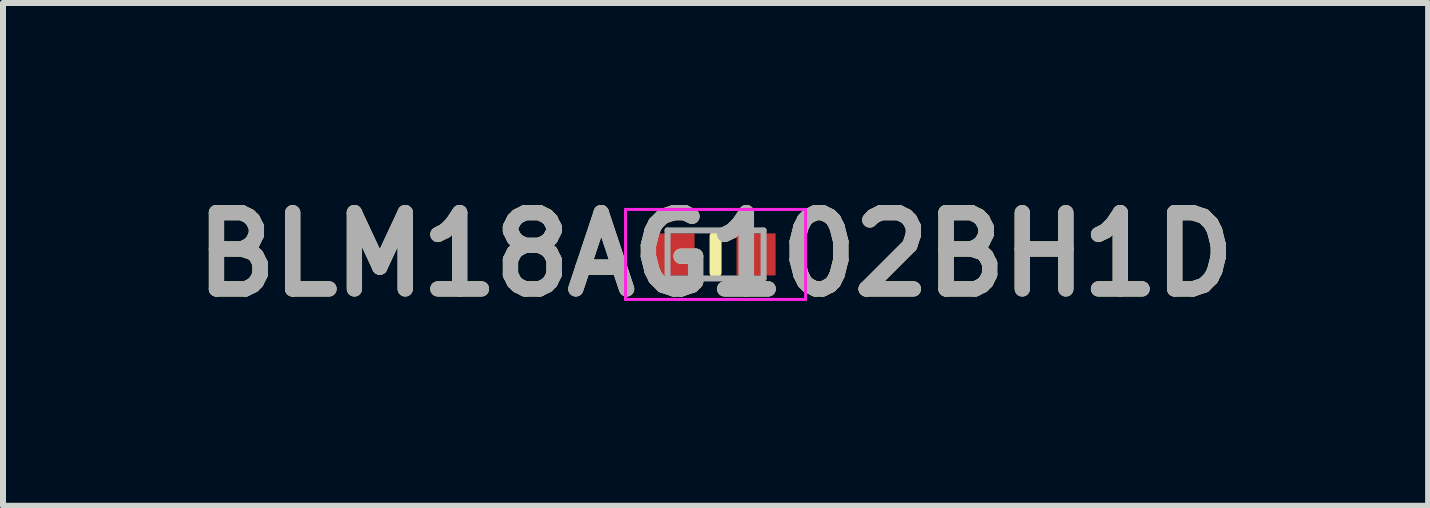
<source format=kicad_pcb>
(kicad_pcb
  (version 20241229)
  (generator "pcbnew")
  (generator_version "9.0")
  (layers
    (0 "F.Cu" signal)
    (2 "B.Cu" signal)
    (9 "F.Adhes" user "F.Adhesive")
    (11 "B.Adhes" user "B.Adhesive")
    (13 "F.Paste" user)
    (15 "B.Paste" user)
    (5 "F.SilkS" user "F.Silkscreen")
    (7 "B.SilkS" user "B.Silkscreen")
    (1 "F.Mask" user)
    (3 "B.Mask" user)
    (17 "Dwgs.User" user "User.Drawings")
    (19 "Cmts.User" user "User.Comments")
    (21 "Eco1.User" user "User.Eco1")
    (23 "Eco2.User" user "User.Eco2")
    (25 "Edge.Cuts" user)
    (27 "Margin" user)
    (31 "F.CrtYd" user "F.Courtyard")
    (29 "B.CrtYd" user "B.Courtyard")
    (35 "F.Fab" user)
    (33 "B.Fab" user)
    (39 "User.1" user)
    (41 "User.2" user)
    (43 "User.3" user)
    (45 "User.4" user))
  (footprint "BLM18AG102BH1D"
    (layer "F.Cu")
    (at 8.872 1.189)
    (property "Reference" "BLM18AG102BH1D" (at 0 0 0) (layer "F.SilkS") (effects (font (size 1.27 1.27) (thickness 0.254))))
    (attr smd)
    (fp_line (start 0 -0.3) (end 0 0.3) (stroke (width 0.2) (type solid)) (layer "F.SilkS"))
    (fp_line (start -1.5 -0.75) (end 1.5 -0.75) (stroke (width 0.05) (type solid)) (layer "F.CrtYd"))
    (fp_line (start -1.5 0.75) (end -1.5 -0.75) (stroke (width 0.05) (type solid)) (layer "F.CrtYd"))
    (fp_line (start 1.5 -0.75) (end 1.5 0.75) (stroke (width 0.05) (type solid)) (layer "F.CrtYd"))
    (fp_line (start 1.5 0.75) (end -1.5 0.75) (stroke (width 0.05) (type solid)) (layer "F.CrtYd"))
    (fp_line (start -0.8 -0.4) (end 0.8 -0.4) (stroke (width 0.1) (type solid)) (layer "F.Fab"))
    (fp_line (start -0.8 0.4) (end -0.8 -0.4) (stroke (width 0.1) (type solid)) (layer "F.Fab"))
    (fp_line (start 0.8 -0.4) (end 0.8 0.4) (stroke (width 0.1) (type solid)) (layer "F.Fab"))
    (fp_line (start 0.8 0.4) (end -0.8 0.4) (stroke (width 0.1) (type solid)) (layer "F.Fab"))
    (fp_text user "${REFERENCE}" (at 0 0 0) (layer "F.Fab") (effects (font (size 1.27 1.27) (thickness 0.254))))
    (pad "1" smd rect (at -0.675 0) (size 0.65 0.7) (layers "F.Cu" "F.Mask" "F.Paste"))
    (pad "2" smd rect (at 0.675 0) (size 0.65 0.7) (layers "F.Cu" "F.Mask" "F.Paste")))
  (gr_rect
    (start -3 -3)
    (end 20.744 5.377)
    (stroke (width 0.1) (type default))
    (fill no)
    (layer "Edge.Cuts")))
</source>
